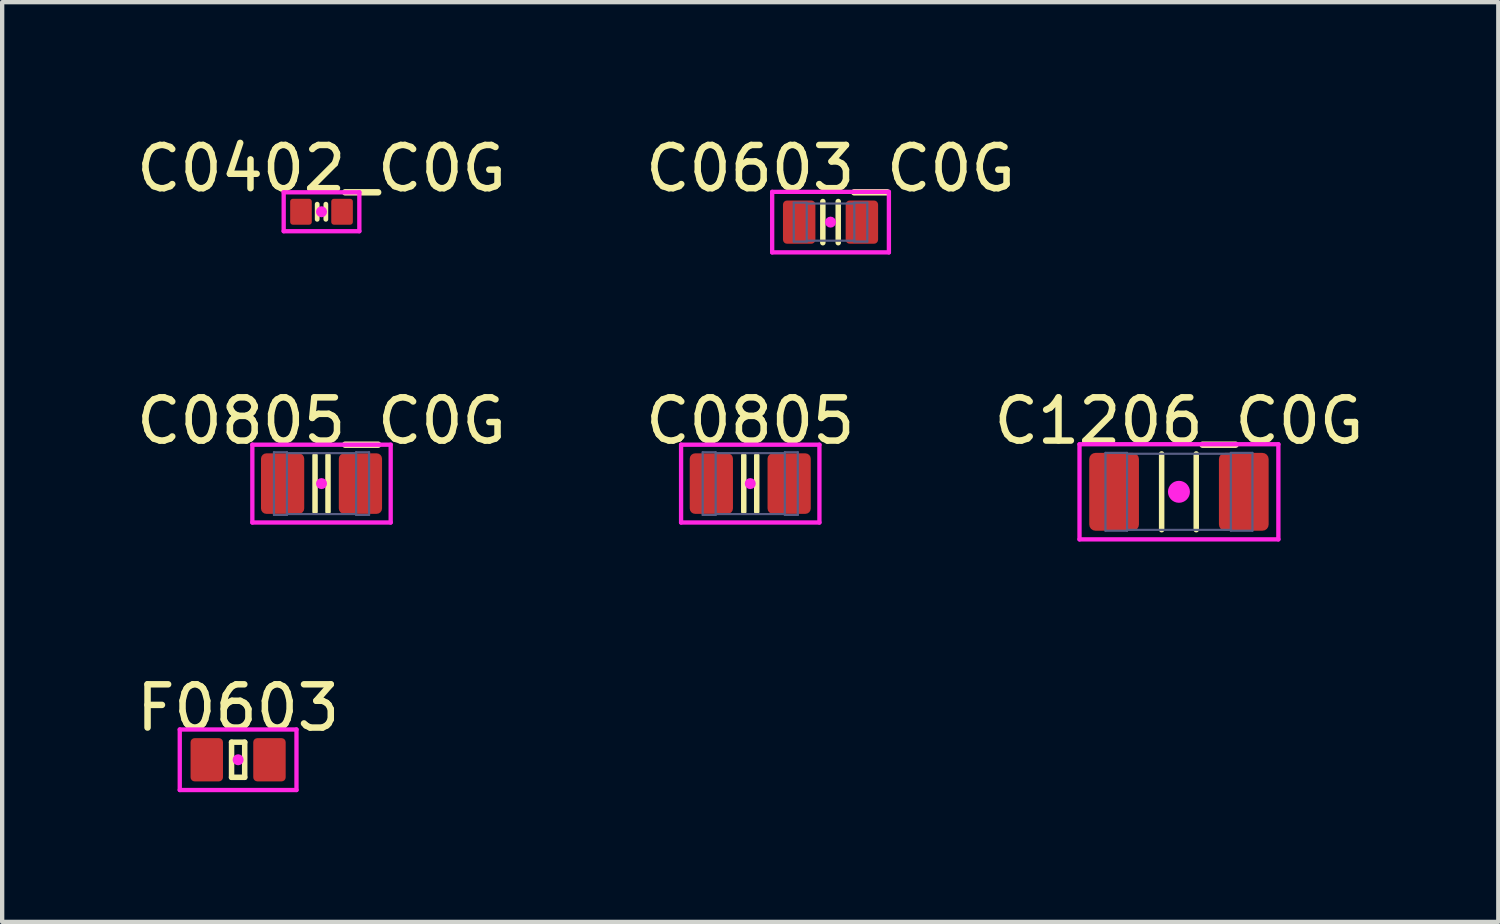
<source format=kicad_pcb>
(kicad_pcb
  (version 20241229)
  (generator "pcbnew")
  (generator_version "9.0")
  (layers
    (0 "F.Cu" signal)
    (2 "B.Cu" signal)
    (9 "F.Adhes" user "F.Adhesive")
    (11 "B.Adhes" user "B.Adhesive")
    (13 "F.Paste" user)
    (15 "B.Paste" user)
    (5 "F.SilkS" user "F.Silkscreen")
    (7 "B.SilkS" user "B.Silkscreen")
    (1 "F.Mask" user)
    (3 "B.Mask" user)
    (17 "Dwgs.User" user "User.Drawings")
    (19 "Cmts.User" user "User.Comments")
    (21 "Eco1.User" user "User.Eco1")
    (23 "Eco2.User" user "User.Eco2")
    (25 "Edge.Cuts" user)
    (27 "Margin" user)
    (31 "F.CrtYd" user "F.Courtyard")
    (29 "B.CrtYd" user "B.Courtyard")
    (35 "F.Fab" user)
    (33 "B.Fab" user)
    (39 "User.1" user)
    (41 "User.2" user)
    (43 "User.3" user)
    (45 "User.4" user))
  (footprint "C0805"
    (layer "F.Cu")
    (at 14.304 8.136)
    (property "Reference" "C0805" (at 0 -1.45 0) (layer "F.SilkS") (effects (font (size 1 1) (thickness 0.15))))
    (fp_line (start -0.15 0.651) (end -0.15 -0.651) (stroke (width 0.127) (type solid)) (layer "F.SilkS"))
    (fp_line (start 0.15 0.651) (end 0.15 -0.651) (stroke (width 0.127) (type solid)) (layer "F.SilkS"))
    (fp_line (start -1.6 -0.9) (end 1.6 -0.9) (stroke (width 0.1) (type solid)) (layer "F.CrtYd"))
    (fp_line (start -1.6 0.9) (end -1.6 -0.9) (stroke (width 0.1) (type solid)) (layer "F.CrtYd"))
    (fp_line (start -1.6 0.9) (end 1.6 0.9) (stroke (width 0.1) (type solid)) (layer "F.CrtYd"))
    (fp_line (start 1.6 0.9) (end 1.6 -0.9) (stroke (width 0.1) (type solid)) (layer "F.CrtYd"))
    (fp_circle (center 0 0) (end 0 -0.064) (stroke (width 0.127) (type solid)) (fill no) (layer "F.CrtYd"))
    (fp_line (start -1.1 -0.725) (end -0.8 -0.725) (stroke (width 0.05) (type solid)) (layer "B.Fab"))
    (fp_line (start -1.1 0.725) (end -1.1 -0.725) (stroke (width 0.05) (type solid)) (layer "B.Fab"))
    (fp_line (start -1.1 0.725) (end -0.8 0.725) (stroke (width 0.05) (type solid)) (layer "B.Fab"))
    (fp_line (start -0.8 -0.705) (end 0.8 -0.705) (stroke (width 0.05) (type solid)) (layer "B.Fab"))
    (fp_line (start -0.8 0.705) (end 0.8 0.705) (stroke (width 0.05) (type solid)) (layer "B.Fab"))
    (fp_line (start -0.8 0.725) (end -0.8 -0.725) (stroke (width 0.05) (type solid)) (layer "B.Fab"))
    (fp_line (start 0.8 -0.725) (end 1.1 -0.725) (stroke (width 0.05) (type solid)) (layer "B.Fab"))
    (fp_line (start 0.8 0.725) (end 0.8 -0.725) (stroke (width 0.05) (type solid)) (layer "B.Fab"))
    (fp_line (start 0.8 0.725) (end 1.1 0.725) (stroke (width 0.05) (type solid)) (layer "B.Fab"))
    (fp_line (start 1.1 0.725) (end 1.1 -0.725) (stroke (width 0.05) (type solid)) (layer "B.Fab"))
    (pad "1" smd roundrect (at -0.9 0 90) (size 1.4 1) (layers "F.Cu" "F.Mask" "F.Paste") (roundrect_rratio 0.125))
    (pad "2" smd roundrect (at 0.9 0 90) (size 1.4 1) (layers "F.Cu" "F.Mask" "F.Paste") (roundrect_rratio 0.125)))
  (footprint "C0402_C0G"
    (layer "F.Cu")
    (at 4.387 1.848)
    (property "Reference" "C0402_C0G" (at 0 -1 0) (layer "F.SilkS") (effects (font (size 1 1) (thickness 0.15))))
    (fp_line (start -0.1 0.175) (end -0.1 -0.175) (stroke (width 0.11) (type solid)) (layer "F.SilkS"))
    (fp_line (start 0.1 0.175) (end 0.1 -0.175) (stroke (width 0.11) (type solid)) (layer "F.SilkS"))
    (fp_line (start -0.875 -0.45) (end 0.875 -0.45) (stroke (width 0.1) (type solid)) (layer "F.CrtYd"))
    (fp_line (start -0.875 0.45) (end -0.875 -0.45) (stroke (width 0.1) (type solid)) (layer "F.CrtYd"))
    (fp_line (start -0.875 0.45) (end 0.875 0.45) (stroke (width 0.1) (type solid)) (layer "F.CrtYd"))
    (fp_line (start 0.875 0.45) (end 0.875 -0.45) (stroke (width 0.1) (type solid)) (layer "F.CrtYd"))
    (fp_circle (center 0 0) (end 0 -0.064) (stroke (width 0.127) (type solid)) (fill no) (layer "F.CrtYd"))
    (pad "1" smd roundrect (at -0.475 0 270) (size 0.6 0.5) (layers "F.Cu" "F.Mask" "F.Paste") (roundrect_rratio 0.125))
    (pad "2" smd roundrect (at 0.475 0 90) (size 0.6 0.5) (layers "F.Cu" "F.Mask" "F.Paste") (roundrect_rratio 0.125)))
  (footprint "C0603_C0G"
    (layer "F.Cu")
    (at 16.161 2.088)
    (property "Reference" "C0603_C0G" (at 0 -1.24 0) (layer "F.SilkS") (effects (font (size 1 1) (thickness 0.15))))
    (fp_line (start -0.178 0.476) (end -0.178 -0.476) (stroke (width 0.127) (type solid)) (layer "F.SilkS"))
    (fp_line (start 0.178 0.476) (end 0.178 -0.476) (stroke (width 0.127) (type solid)) (layer "F.SilkS"))
    (fp_line (start -1.35 -0.7) (end 1.35 -0.7) (stroke (width 0.1) (type solid)) (layer "F.CrtYd"))
    (fp_line (start -1.35 0.7) (end -1.35 -0.7) (stroke (width 0.1) (type solid)) (layer "F.CrtYd"))
    (fp_line (start -1.35 0.7) (end 1.35 0.7) (stroke (width 0.1) (type solid)) (layer "F.CrtYd"))
    (fp_line (start 1.35 0.7) (end 1.35 -0.7) (stroke (width 0.1) (type solid)) (layer "F.CrtYd"))
    (fp_circle (center 0 0) (end 0 -0.064) (stroke (width 0.127) (type solid)) (fill no) (layer "F.CrtYd"))
    (fp_line (start -0.85 -0.45) (end -0.55 -0.45) (stroke (width 0.05) (type solid)) (layer "B.Fab"))
    (fp_line (start -0.85 0.45) (end -0.85 -0.45) (stroke (width 0.05) (type solid)) (layer "B.Fab"))
    (fp_line (start -0.85 0.45) (end -0.55 0.45) (stroke (width 0.05) (type solid)) (layer "B.Fab"))
    (fp_line (start -0.55 -0.43) (end 0.55 -0.43) (stroke (width 0.05) (type solid)) (layer "B.Fab"))
    (fp_line (start -0.55 0.43) (end 0.55 0.43) (stroke (width 0.05) (type solid)) (layer "B.Fab"))
    (fp_line (start -0.55 0.45) (end -0.55 -0.45) (stroke (width 0.05) (type solid)) (layer "B.Fab"))
    (fp_line (start 0.55 -0.45) (end 0.85 -0.45) (stroke (width 0.05) (type solid)) (layer "B.Fab"))
    (fp_line (start 0.55 0.45) (end 0.55 -0.45) (stroke (width 0.05) (type solid)) (layer "B.Fab"))
    (fp_line (start 0.55 0.45) (end 0.85 0.45) (stroke (width 0.05) (type solid)) (layer "B.Fab"))
    (fp_line (start 0.85 0.45) (end 0.85 -0.45) (stroke (width 0.05) (type solid)) (layer "B.Fab"))
    (pad "1" smd roundrect (at -0.725 0 90) (size 1 0.75) (layers "F.Cu" "F.Mask" "F.Paste") (roundrect_rratio 0.125))
    (pad "2" smd roundrect (at 0.725 0 90) (size 1 0.75) (layers "F.Cu" "F.Mask" "F.Paste") (roundrect_rratio 0.125)))
  (footprint "F0603"
    (layer "F.Cu")
    (at 2.458 14.524)
    (property "Reference" "F0603" (at 0 -1.2 0) (layer "F.SilkS") (effects (font (size 1 1) (thickness 0.15))))
    (fp_line (start -0.152 -0.406) (end 0.152 -0.406) (stroke (width 0.127) (type solid)) (layer "F.SilkS"))
    (fp_line (start -0.152 0.406) (end -0.152 -0.406) (stroke (width 0.127) (type solid)) (layer "F.SilkS"))
    (fp_line (start -0.152 0.406) (end 0.152 0.406) (stroke (width 0.127) (type solid)) (layer "F.SilkS"))
    (fp_line (start 0.152 0.406) (end 0.152 -0.406) (stroke (width 0.127) (type solid)) (layer "F.SilkS"))
    (fp_line (start -1.35 -0.7) (end 1.35 -0.7) (stroke (width 0.1) (type solid)) (layer "F.CrtYd"))
    (fp_line (start -1.35 0.7) (end -1.35 -0.7) (stroke (width 0.1) (type solid)) (layer "F.CrtYd"))
    (fp_line (start -1.35 0.7) (end 1.35 0.7) (stroke (width 0.1) (type solid)) (layer "F.CrtYd"))
    (fp_line (start 1.35 0.7) (end 1.35 -0.7) (stroke (width 0.1) (type solid)) (layer "F.CrtYd"))
    (fp_circle (center 0 0) (end 0 -0.064) (stroke (width 0.127) (type solid)) (fill no) (layer "F.CrtYd"))
    (pad "1" smd roundrect (at -0.725 0 90) (size 1 0.75) (layers "F.Cu" "F.Mask" "F.Paste") (roundrect_rratio 0.125))
    (pad "2" smd roundrect (at 0.725 0 90) (size 1 0.75) (layers "F.Cu" "F.Mask" "F.Paste") (roundrect_rratio 0.125)))
  (footprint "C1206_C0G"
    (layer "F.Cu")
    (at 24.22 8.326)
    (property "Reference" "C1206_C0G" (at 0 -1.64 0) (layer "F.SilkS") (effects (font (size 1 1) (thickness 0.15))))
    (fp_line (start -0.4 0.876) (end -0.4 -0.876) (stroke (width 0.127) (type solid)) (layer "F.SilkS"))
    (fp_line (start 0.4 0.876) (end 0.4 -0.876) (stroke (width 0.127) (type solid)) (layer "F.SilkS"))
    (fp_line (start -2.3 -1.1) (end 2.3 -1.1) (stroke (width 0.1) (type solid)) (layer "F.CrtYd"))
    (fp_line (start -2.3 1.1) (end -2.3 -1.1) (stroke (width 0.1) (type solid)) (layer "F.CrtYd"))
    (fp_line (start -2.3 1.1) (end 2.3 1.1) (stroke (width 0.1) (type solid)) (layer "F.CrtYd"))
    (fp_line (start 2.3 1.1) (end 2.3 -1.1) (stroke (width 0.1) (type solid)) (layer "F.CrtYd"))
    (fp_circle (center 0 0) (end 0 -0.127) (stroke (width 0.254) (type solid)) (fill no) (layer "F.CrtYd"))
    (fp_line (start -1.7 -0.9) (end -1.2 -0.9) (stroke (width 0.05) (type solid)) (layer "B.Fab"))
    (fp_line (start -1.7 0.9) (end -1.7 -0.9) (stroke (width 0.05) (type solid)) (layer "B.Fab"))
    (fp_line (start -1.7 0.9) (end -1.2 0.9) (stroke (width 0.05) (type solid)) (layer "B.Fab"))
    (fp_line (start -1.2 -0.88) (end 1.2 -0.88) (stroke (width 0.05) (type solid)) (layer "B.Fab"))
    (fp_line (start -1.2 0.88) (end 1.2 0.88) (stroke (width 0.05) (type solid)) (layer "B.Fab"))
    (fp_line (start -1.2 0.9) (end -1.2 -0.9) (stroke (width 0.05) (type solid)) (layer "B.Fab"))
    (fp_line (start 1.2 -0.9) (end 1.7 -0.9) (stroke (width 0.05) (type solid)) (layer "B.Fab"))
    (fp_line (start 1.2 0.9) (end 1.2 -0.9) (stroke (width 0.05) (type solid)) (layer "B.Fab"))
    (fp_line (start 1.2 0.9) (end 1.7 0.9) (stroke (width 0.05) (type solid)) (layer "B.Fab"))
    (fp_line (start 1.7 0.9) (end 1.7 -0.9) (stroke (width 0.05) (type solid)) (layer "B.Fab"))
    (pad "1" smd roundrect (at -1.5 0 90) (size 1.8 1.15) (layers "F.Cu" "F.Mask" "F.Paste") (roundrect_rratio 0.125))
    (pad "2" smd roundrect (at 1.5 0 90) (size 1.8 1.15) (layers "F.Cu" "F.Mask" "F.Paste") (roundrect_rratio 0.125)))
  (footprint "C0805_C0G"
    (layer "F.Cu")
    (at 4.387 8.136)
    (property "Reference" "C0805_C0G" (at 0 -1.45 0) (layer "F.SilkS") (effects (font (size 1 1) (thickness 0.15))))
    (fp_line (start -0.15 0.651) (end -0.15 -0.651) (stroke (width 0.127) (type solid)) (layer "F.SilkS"))
    (fp_line (start 0.15 0.651) (end 0.15 -0.651) (stroke (width 0.127) (type solid)) (layer "F.SilkS"))
    (fp_line (start -1.6 -0.9) (end 1.6 -0.9) (stroke (width 0.1) (type solid)) (layer "F.CrtYd"))
    (fp_line (start -1.6 0.9) (end -1.6 -0.9) (stroke (width 0.1) (type solid)) (layer "F.CrtYd"))
    (fp_line (start -1.6 0.9) (end 1.6 0.9) (stroke (width 0.1) (type solid)) (layer "F.CrtYd"))
    (fp_line (start 1.6 0.9) (end 1.6 -0.9) (stroke (width 0.1) (type solid)) (layer "F.CrtYd"))
    (fp_circle (center 0 0) (end 0 -0.064) (stroke (width 0.127) (type solid)) (fill no) (layer "F.CrtYd"))
    (fp_line (start -1.1 -0.725) (end -0.8 -0.725) (stroke (width 0.05) (type solid)) (layer "B.Fab"))
    (fp_line (start -1.1 0.725) (end -1.1 -0.725) (stroke (width 0.05) (type solid)) (layer "B.Fab"))
    (fp_line (start -1.1 0.725) (end -0.8 0.725) (stroke (width 0.05) (type solid)) (layer "B.Fab"))
    (fp_line (start -0.8 -0.705) (end 0.8 -0.705) (stroke (width 0.05) (type solid)) (layer "B.Fab"))
    (fp_line (start -0.8 0.705) (end 0.8 0.705) (stroke (width 0.05) (type solid)) (layer "B.Fab"))
    (fp_line (start -0.8 0.725) (end -0.8 -0.725) (stroke (width 0.05) (type solid)) (layer "B.Fab"))
    (fp_line (start 0.8 -0.725) (end 1.1 -0.725) (stroke (width 0.05) (type solid)) (layer "B.Fab"))
    (fp_line (start 0.8 0.725) (end 0.8 -0.725) (stroke (width 0.05) (type solid)) (layer "B.Fab"))
    (fp_line (start 0.8 0.725) (end 1.1 0.725) (stroke (width 0.05) (type solid)) (layer "B.Fab"))
    (fp_line (start 1.1 0.725) (end 1.1 -0.725) (stroke (width 0.05) (type solid)) (layer "B.Fab"))
    (pad "1" smd roundrect (at -0.9 0 90) (size 1.4 1) (layers "F.Cu" "F.Mask" "F.Paste") (roundrect_rratio 0.125))
    (pad "2" smd roundrect (at 0.9 0 90) (size 1.4 1) (layers "F.Cu" "F.Mask" "F.Paste") (roundrect_rratio 0.125)))
  (gr_rect
    (start -3 -3)
    (end 31.607 18.274)
    (stroke (width 0.1) (type default))
    (fill no)
    (layer "Edge.Cuts")))
</source>
